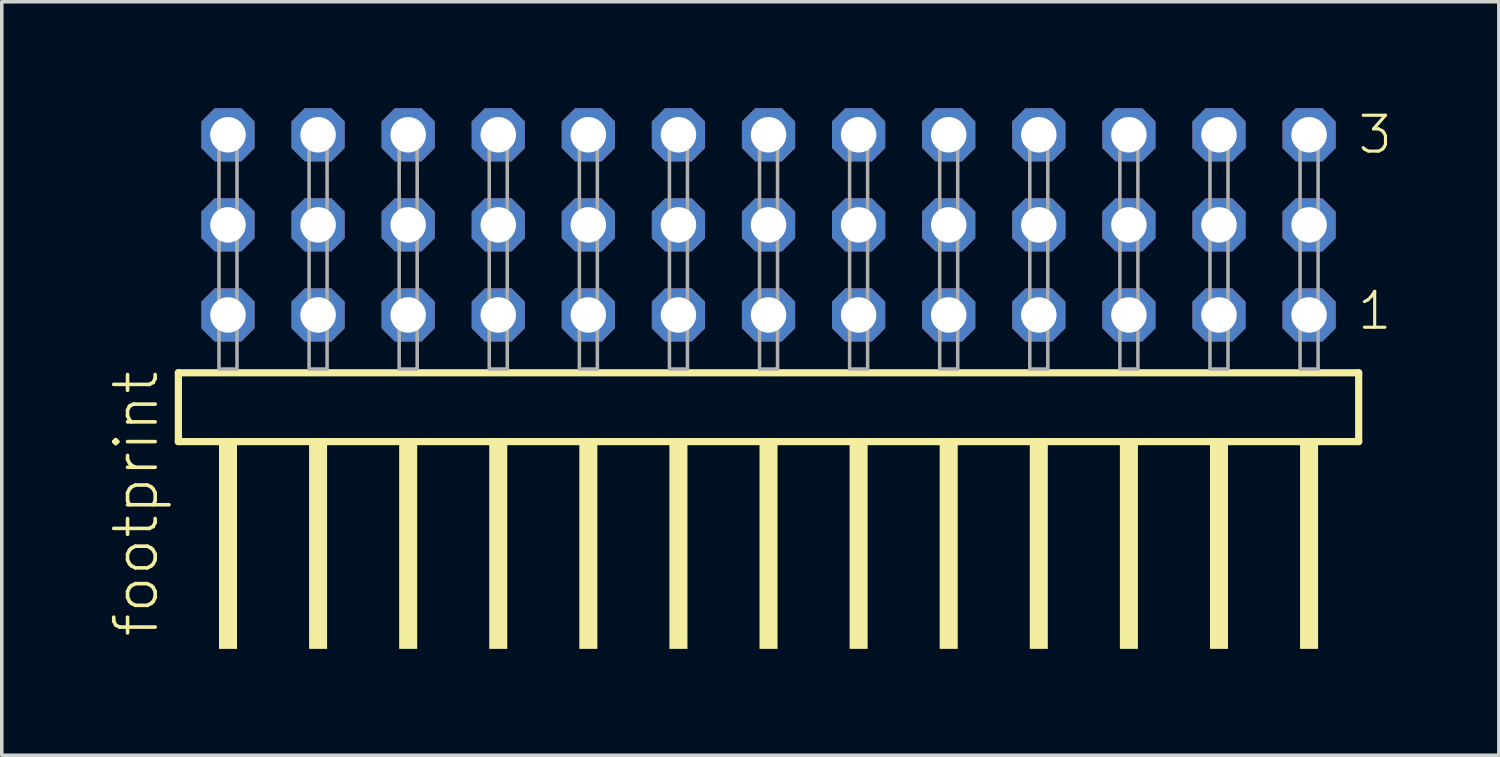
<source format=kicad_pcb>
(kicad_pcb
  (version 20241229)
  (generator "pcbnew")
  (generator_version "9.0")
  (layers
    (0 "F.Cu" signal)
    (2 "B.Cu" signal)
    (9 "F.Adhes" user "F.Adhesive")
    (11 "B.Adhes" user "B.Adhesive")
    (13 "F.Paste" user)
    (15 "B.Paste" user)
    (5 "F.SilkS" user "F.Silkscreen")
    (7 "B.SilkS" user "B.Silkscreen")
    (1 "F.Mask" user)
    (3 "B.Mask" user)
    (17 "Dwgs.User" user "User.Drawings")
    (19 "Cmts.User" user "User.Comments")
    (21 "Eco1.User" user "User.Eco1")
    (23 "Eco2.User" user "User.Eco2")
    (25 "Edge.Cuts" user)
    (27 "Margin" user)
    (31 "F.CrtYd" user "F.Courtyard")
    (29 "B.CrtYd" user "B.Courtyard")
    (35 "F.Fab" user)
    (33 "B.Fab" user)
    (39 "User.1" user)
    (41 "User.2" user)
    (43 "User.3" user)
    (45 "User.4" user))
  (footprint "footprint"
    (layer "F.Cu")
    (at 18.618 7.354)
    (property "Reference" "footprint" (at -17.145 7.62 90) (layer "F.SilkS") (effects (font (size 1.168 1.168) (thickness 0.102)) (justify left bottom)))
    (fp_line (start -16.639 0.106) (end -16.639 2.046) (stroke (width 0.203) (type solid)) (layer "F.SilkS"))
    (fp_line (start -16.639 2.046) (end 16.639 2.046) (stroke (width 0.203) (type solid)) (layer "F.SilkS"))
    (fp_line (start 16.639 0.106) (end -16.639 0.106) (stroke (width 0.203) (type solid)) (layer "F.SilkS"))
    (fp_line (start 16.639 2.046) (end 16.639 0.106) (stroke (width 0.203) (type solid)) (layer "F.SilkS"))
    (fp_poly (pts (xy -15.494 7.89) (xy -14.986 7.89) (xy -14.986 2.04) (xy -15.494 2.04)) (stroke (width 0) (type solid)) (fill yes) (layer "F.SilkS"))
    (fp_poly (pts (xy -12.954 7.89) (xy -12.446 7.89) (xy -12.446 2.04) (xy -12.954 2.04)) (stroke (width 0) (type solid)) (fill yes) (layer "F.SilkS"))
    (fp_poly (pts (xy -10.414 7.89) (xy -9.906 7.89) (xy -9.906 2.04) (xy -10.414 2.04)) (stroke (width 0) (type solid)) (fill yes) (layer "F.SilkS"))
    (fp_poly (pts (xy -7.874 7.89) (xy -7.366 7.89) (xy -7.366 2.04) (xy -7.874 2.04)) (stroke (width 0) (type solid)) (fill yes) (layer "F.SilkS"))
    (fp_poly (pts (xy -5.334 7.89) (xy -4.826 7.89) (xy -4.826 2.04) (xy -5.334 2.04)) (stroke (width 0) (type solid)) (fill yes) (layer "F.SilkS"))
    (fp_poly (pts (xy -2.794 7.89) (xy -2.286 7.89) (xy -2.286 2.04) (xy -2.794 2.04)) (stroke (width 0) (type solid)) (fill yes) (layer "F.SilkS"))
    (fp_poly (pts (xy -0.254 7.89) (xy 0.254 7.89) (xy 0.254 2.04) (xy -0.254 2.04)) (stroke (width 0) (type solid)) (fill yes) (layer "F.SilkS"))
    (fp_poly (pts (xy 2.286 7.89) (xy 2.794 7.89) (xy 2.794 2.04) (xy 2.286 2.04)) (stroke (width 0) (type solid)) (fill yes) (layer "F.SilkS"))
    (fp_poly (pts (xy 4.826 7.89) (xy 5.334 7.89) (xy 5.334 2.04) (xy 4.826 2.04)) (stroke (width 0) (type solid)) (fill yes) (layer "F.SilkS"))
    (fp_poly (pts (xy 7.366 7.89) (xy 7.874 7.89) (xy 7.874 2.04) (xy 7.366 2.04)) (stroke (width 0) (type solid)) (fill yes) (layer "F.SilkS"))
    (fp_poly (pts (xy 9.906 7.89) (xy 10.414 7.89) (xy 10.414 2.04) (xy 9.906 2.04)) (stroke (width 0) (type solid)) (fill yes) (layer "F.SilkS"))
    (fp_poly (pts (xy 12.446 7.89) (xy 12.954 7.89) (xy 12.954 2.04) (xy 12.446 2.04)) (stroke (width 0) (type solid)) (fill yes) (layer "F.SilkS"))
    (fp_poly (pts (xy 14.986 7.89) (xy 15.494 7.89) (xy 15.494 2.04) (xy 14.986 2.04)) (stroke (width 0) (type solid)) (fill yes) (layer "F.SilkS"))
    (fp_poly (pts (xy -15.494 0) (xy -14.986 0) (xy -14.986 -6.858) (xy -15.494 -6.858)) (stroke (width 0.1) (type solid)) (fill no) (layer "F.Fab"))
    (fp_poly (pts (xy -12.954 0) (xy -12.446 0) (xy -12.446 -6.858) (xy -12.954 -6.858)) (stroke (width 0.1) (type solid)) (fill no) (layer "F.Fab"))
    (fp_poly (pts (xy -10.414 0) (xy -9.906 0) (xy -9.906 -6.858) (xy -10.414 -6.858)) (stroke (width 0.1) (type solid)) (fill no) (layer "F.Fab"))
    (fp_poly (pts (xy -7.874 0) (xy -7.366 0) (xy -7.366 -6.858) (xy -7.874 -6.858)) (stroke (width 0.1) (type solid)) (fill no) (layer "F.Fab"))
    (fp_poly (pts (xy -5.334 0) (xy -4.826 0) (xy -4.826 -6.858) (xy -5.334 -6.858)) (stroke (width 0.1) (type solid)) (fill no) (layer "F.Fab"))
    (fp_poly (pts (xy -2.794 0) (xy -2.286 0) (xy -2.286 -6.858) (xy -2.794 -6.858)) (stroke (width 0.1) (type solid)) (fill no) (layer "F.Fab"))
    (fp_poly (pts (xy -0.254 0) (xy 0.254 0) (xy 0.254 -6.858) (xy -0.254 -6.858)) (stroke (width 0.1) (type solid)) (fill no) (layer "F.Fab"))
    (fp_poly (pts (xy 2.286 0) (xy 2.794 0) (xy 2.794 -6.858) (xy 2.286 -6.858)) (stroke (width 0.1) (type solid)) (fill no) (layer "F.Fab"))
    (fp_poly (pts (xy 4.826 0) (xy 5.334 0) (xy 5.334 -6.858) (xy 4.826 -6.858)) (stroke (width 0.1) (type solid)) (fill no) (layer "F.Fab"))
    (fp_poly (pts (xy 7.366 0) (xy 7.874 0) (xy 7.874 -6.858) (xy 7.366 -6.858)) (stroke (width 0.1) (type solid)) (fill no) (layer "F.Fab"))
    (fp_poly (pts (xy 9.906 0) (xy 10.414 0) (xy 10.414 -6.858) (xy 9.906 -6.858)) (stroke (width 0.1) (type solid)) (fill no) (layer "F.Fab"))
    (fp_poly (pts (xy 12.446 0) (xy 12.954 0) (xy 12.954 -6.858) (xy 12.446 -6.858)) (stroke (width 0.1) (type solid)) (fill no) (layer "F.Fab"))
    (fp_poly (pts (xy 14.986 0) (xy 15.494 0) (xy 15.494 -6.858) (xy 14.986 -6.858)) (stroke (width 0.1) (type solid)) (fill no) (layer "F.Fab"))
    (fp_text user "1" (at 16.55 -1.05 0) (layer "F.SilkS") (effects (font (size 1.012 1.012) (thickness 0.088)) (justify left bottom)))
    (fp_text user "3" (at 16.565 -6.015 0) (layer "F.SilkS") (effects (font (size 1.012 1.012) (thickness 0.088)) (justify left bottom)))
    (pad "1" thru_hole roundrect (at 15.24 -1.524 180) (size 1.5 1.5) (drill 1) (layers "*.Cu" "*.Mask") (roundrect_rratio 0.25) (chamfer_ratio 0.25) (chamfer top_left top_right bottom_left bottom_right))
    (pad "2" thru_hole roundrect (at 15.24 -4.064 180) (size 1.5 1.5) (drill 1) (layers "*.Cu" "*.Mask") (roundrect_rratio 0.25) (chamfer_ratio 0.25) (chamfer top_left top_right bottom_left bottom_right))
    (pad "3" thru_hole roundrect (at 15.24 -6.604 180) (size 1.5 1.5) (drill 1) (layers "*.Cu" "*.Mask") (roundrect_rratio 0.25) (chamfer_ratio 0.25) (chamfer top_left top_right bottom_left bottom_right))
    (pad "4" thru_hole roundrect (at 12.7 -1.524 180) (size 1.5 1.5) (drill 1) (layers "*.Cu" "*.Mask") (roundrect_rratio 0.25) (chamfer_ratio 0.25) (chamfer top_left top_right bottom_left bottom_right))
    (pad "5" thru_hole roundrect (at 12.7 -4.064 180) (size 1.5 1.5) (drill 1) (layers "*.Cu" "*.Mask") (roundrect_rratio 0.25) (chamfer_ratio 0.25) (chamfer top_left top_right bottom_left bottom_right))
    (pad "6" thru_hole roundrect (at 12.7 -6.604 180) (size 1.5 1.5) (drill 1) (layers "*.Cu" "*.Mask") (roundrect_rratio 0.25) (chamfer_ratio 0.25) (chamfer top_left top_right bottom_left bottom_right))
    (pad "7" thru_hole roundrect (at 10.16 -1.524 180) (size 1.5 1.5) (drill 1) (layers "*.Cu" "*.Mask") (roundrect_rratio 0.25) (chamfer_ratio 0.25) (chamfer top_left top_right bottom_left bottom_right))
    (pad "8" thru_hole roundrect (at 10.16 -4.064 180) (size 1.5 1.5) (drill 1) (layers "*.Cu" "*.Mask") (roundrect_rratio 0.25) (chamfer_ratio 0.25) (chamfer top_left top_right bottom_left bottom_right))
    (pad "9" thru_hole roundrect (at 10.16 -6.604 180) (size 1.5 1.5) (drill 1) (layers "*.Cu" "*.Mask") (roundrect_rratio 0.25) (chamfer_ratio 0.25) (chamfer top_left top_right bottom_left bottom_right))
    (pad "10" thru_hole roundrect (at 7.62 -1.524 180) (size 1.5 1.5) (drill 1) (layers "*.Cu" "*.Mask") (roundrect_rratio 0.25) (chamfer_ratio 0.25) (chamfer top_left top_right bottom_left bottom_right))
    (pad "11" thru_hole roundrect (at 7.62 -4.064 180) (size 1.5 1.5) (drill 1) (layers "*.Cu" "*.Mask") (roundrect_rratio 0.25) (chamfer_ratio 0.25) (chamfer top_left top_right bottom_left bottom_right))
    (pad "12" thru_hole roundrect (at 7.62 -6.604 180) (size 1.5 1.5) (drill 1) (layers "*.Cu" "*.Mask") (roundrect_rratio 0.25) (chamfer_ratio 0.25) (chamfer top_left top_right bottom_left bottom_right))
    (pad "13" thru_hole roundrect (at 5.08 -1.524 180) (size 1.5 1.5) (drill 1) (layers "*.Cu" "*.Mask") (roundrect_rratio 0.25) (chamfer_ratio 0.25) (chamfer top_left top_right bottom_left bottom_right))
    (pad "14" thru_hole roundrect (at 5.08 -4.064 180) (size 1.5 1.5) (drill 1) (layers "*.Cu" "*.Mask") (roundrect_rratio 0.25) (chamfer_ratio 0.25) (chamfer top_left top_right bottom_left bottom_right))
    (pad "15" thru_hole roundrect (at 5.08 -6.604 180) (size 1.5 1.5) (drill 1) (layers "*.Cu" "*.Mask") (roundrect_rratio 0.25) (chamfer_ratio 0.25) (chamfer top_left top_right bottom_left bottom_right))
    (pad "16" thru_hole roundrect (at 2.54 -1.524 180) (size 1.5 1.5) (drill 1) (layers "*.Cu" "*.Mask") (roundrect_rratio 0.25) (chamfer_ratio 0.25) (chamfer top_left top_right bottom_left bottom_right))
    (pad "17" thru_hole roundrect (at 2.54 -4.064 180) (size 1.5 1.5) (drill 1) (layers "*.Cu" "*.Mask") (roundrect_rratio 0.25) (chamfer_ratio 0.25) (chamfer top_left top_right bottom_left bottom_right))
    (pad "18" thru_hole roundrect (at 2.54 -6.604 180) (size 1.5 1.5) (drill 1) (layers "*.Cu" "*.Mask") (roundrect_rratio 0.25) (chamfer_ratio 0.25) (chamfer top_left top_right bottom_left bottom_right))
    (pad "19" thru_hole roundrect (at 0 -1.524 180) (size 1.5 1.5) (drill 1) (layers "*.Cu" "*.Mask") (roundrect_rratio 0.25) (chamfer_ratio 0.25) (chamfer top_left top_right bottom_left bottom_right))
    (pad "20" thru_hole roundrect (at 0 -4.064 180) (size 1.5 1.5) (drill 1) (layers "*.Cu" "*.Mask") (roundrect_rratio 0.25) (chamfer_ratio 0.25) (chamfer top_left top_right bottom_left bottom_right))
    (pad "21" thru_hole roundrect (at 0 -6.604 180) (size 1.5 1.5) (drill 1) (layers "*.Cu" "*.Mask") (roundrect_rratio 0.25) (chamfer_ratio 0.25) (chamfer top_left top_right bottom_left bottom_right))
    (pad "22" thru_hole roundrect (at -2.54 -1.524 180) (size 1.5 1.5) (drill 1) (layers "*.Cu" "*.Mask") (roundrect_rratio 0.25) (chamfer_ratio 0.25) (chamfer top_left top_right bottom_left bottom_right))
    (pad "23" thru_hole roundrect (at -2.54 -4.064 180) (size 1.5 1.5) (drill 1) (layers "*.Cu" "*.Mask") (roundrect_rratio 0.25) (chamfer_ratio 0.25) (chamfer top_left top_right bottom_left bottom_right))
    (pad "24" thru_hole roundrect (at -2.54 -6.604 180) (size 1.5 1.5) (drill 1) (layers "*.Cu" "*.Mask") (roundrect_rratio 0.25) (chamfer_ratio 0.25) (chamfer top_left top_right bottom_left bottom_right))
    (pad "25" thru_hole roundrect (at -5.08 -1.524 180) (size 1.5 1.5) (drill 1) (layers "*.Cu" "*.Mask") (roundrect_rratio 0.25) (chamfer_ratio 0.25) (chamfer top_left top_right bottom_left bottom_right))
    (pad "26" thru_hole roundrect (at -5.08 -4.064 180) (size 1.5 1.5) (drill 1) (layers "*.Cu" "*.Mask") (roundrect_rratio 0.25) (chamfer_ratio 0.25) (chamfer top_left top_right bottom_left bottom_right))
    (pad "27" thru_hole roundrect (at -5.08 -6.604 180) (size 1.5 1.5) (drill 1) (layers "*.Cu" "*.Mask") (roundrect_rratio 0.25) (chamfer_ratio 0.25) (chamfer top_left top_right bottom_left bottom_right))
    (pad "28" thru_hole roundrect (at -7.62 -1.524 180) (size 1.5 1.5) (drill 1) (layers "*.Cu" "*.Mask") (roundrect_rratio 0.25) (chamfer_ratio 0.25) (chamfer top_left top_right bottom_left bottom_right))
    (pad "29" thru_hole roundrect (at -7.62 -4.064 180) (size 1.5 1.5) (drill 1) (layers "*.Cu" "*.Mask") (roundrect_rratio 0.25) (chamfer_ratio 0.25) (chamfer top_left top_right bottom_left bottom_right))
    (pad "30" thru_hole roundrect (at -7.62 -6.604 180) (size 1.5 1.5) (drill 1) (layers "*.Cu" "*.Mask") (roundrect_rratio 0.25) (chamfer_ratio 0.25) (chamfer top_left top_right bottom_left bottom_right))
    (pad "31" thru_hole roundrect (at -10.16 -1.524 180) (size 1.5 1.5) (drill 1) (layers "*.Cu" "*.Mask") (roundrect_rratio 0.25) (chamfer_ratio 0.25) (chamfer top_left top_right bottom_left bottom_right))
    (pad "32" thru_hole roundrect (at -10.16 -4.064 180) (size 1.5 1.5) (drill 1) (layers "*.Cu" "*.Mask") (roundrect_rratio 0.25) (chamfer_ratio 0.25) (chamfer top_left top_right bottom_left bottom_right))
    (pad "33" thru_hole roundrect (at -10.16 -6.604 180) (size 1.5 1.5) (drill 1) (layers "*.Cu" "*.Mask") (roundrect_rratio 0.25) (chamfer_ratio 0.25) (chamfer top_left top_right bottom_left bottom_right))
    (pad "34" thru_hole roundrect (at -12.7 -1.524 180) (size 1.5 1.5) (drill 1) (layers "*.Cu" "*.Mask") (roundrect_rratio 0.25) (chamfer_ratio 0.25) (chamfer top_left top_right bottom_left bottom_right))
    (pad "35" thru_hole roundrect (at -12.7 -4.064 180) (size 1.5 1.5) (drill 1) (layers "*.Cu" "*.Mask") (roundrect_rratio 0.25) (chamfer_ratio 0.25) (chamfer top_left top_right bottom_left bottom_right))
    (pad "36" thru_hole roundrect (at -12.7 -6.604 180) (size 1.5 1.5) (drill 1) (layers "*.Cu" "*.Mask") (roundrect_rratio 0.25) (chamfer_ratio 0.25) (chamfer top_left top_right bottom_left bottom_right))
    (pad "37" thru_hole roundrect (at -15.24 -1.524 180) (size 1.5 1.5) (drill 1) (layers "*.Cu" "*.Mask") (roundrect_rratio 0.25) (chamfer_ratio 0.25) (chamfer top_left top_right bottom_left bottom_right))
    (pad "38" thru_hole roundrect (at -15.24 -4.064 180) (size 1.5 1.5) (drill 1) (layers "*.Cu" "*.Mask") (roundrect_rratio 0.25) (chamfer_ratio 0.25) (chamfer top_left top_right bottom_left bottom_right))
    (pad "39" thru_hole roundrect (at -15.24 -6.604 180) (size 1.5 1.5) (drill 1) (layers "*.Cu" "*.Mask") (roundrect_rratio 0.25) (chamfer_ratio 0.25) (chamfer top_left top_right bottom_left bottom_right)))
  (gr_rect
    (start -3 -3)
    (end 39.209 18.244)
    (stroke (width 0.1) (type default))
    (fill no)
    (layer "Edge.Cuts")))
</source>
